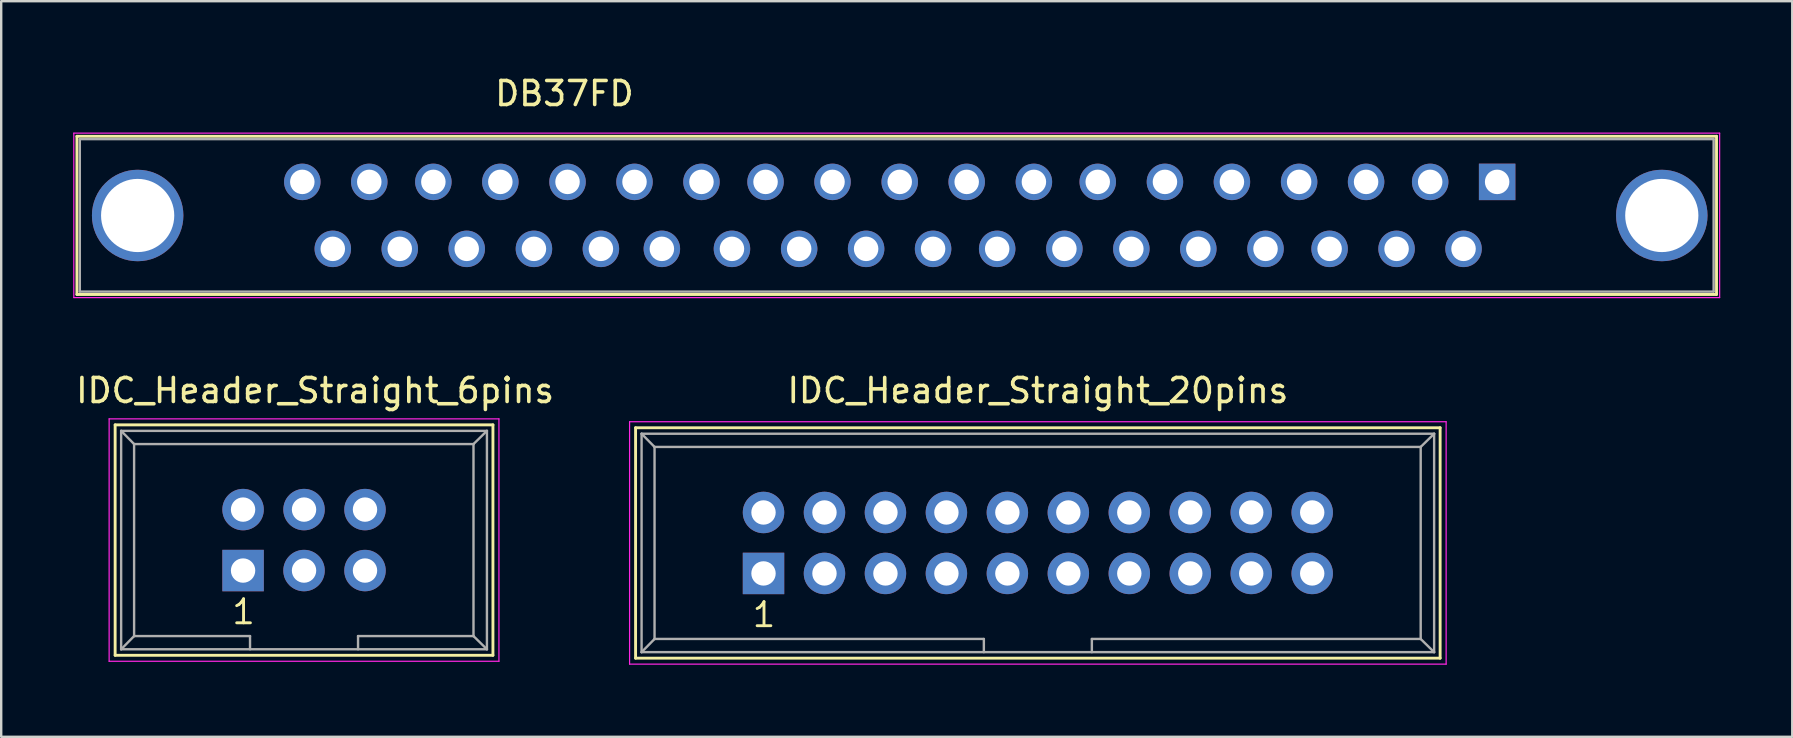
<source format=kicad_pcb>
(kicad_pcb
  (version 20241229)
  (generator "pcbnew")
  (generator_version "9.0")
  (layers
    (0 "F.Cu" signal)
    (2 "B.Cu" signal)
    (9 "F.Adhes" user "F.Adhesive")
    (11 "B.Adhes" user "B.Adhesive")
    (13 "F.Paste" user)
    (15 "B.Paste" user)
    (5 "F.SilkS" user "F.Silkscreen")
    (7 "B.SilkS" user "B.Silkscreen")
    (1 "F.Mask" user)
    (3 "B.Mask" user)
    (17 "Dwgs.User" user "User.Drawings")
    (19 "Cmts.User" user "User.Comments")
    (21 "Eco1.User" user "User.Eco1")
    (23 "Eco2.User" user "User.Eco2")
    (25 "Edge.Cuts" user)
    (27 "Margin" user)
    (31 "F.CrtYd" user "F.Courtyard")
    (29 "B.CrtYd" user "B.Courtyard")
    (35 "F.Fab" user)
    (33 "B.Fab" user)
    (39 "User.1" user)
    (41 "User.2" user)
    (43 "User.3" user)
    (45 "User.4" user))
  (footprint "IDC_Header_Straight_20pins"
    (layer "F.Cu")
    (at 28.76 20.841)
    (property "Reference" "IDC_Header_Straight_20pins" (at 11.43 -7.62 0) (layer "F.SilkS") (effects (font (size 1 1) (thickness 0.15))))
    (attr through_hole)
    (fp_line (start -5.33 -6.07) (end 28.19 -6.07) (stroke (width 0.12) (type solid)) (layer "F.SilkS"))
    (fp_line (start -5.33 3.53) (end -5.33 -6.07) (stroke (width 0.12) (type solid)) (layer "F.SilkS"))
    (fp_line (start 28.19 -6.07) (end 28.19 3.53) (stroke (width 0.12) (type solid)) (layer "F.SilkS"))
    (fp_line (start 28.19 3.53) (end -5.33 3.53) (stroke (width 0.12) (type solid)) (layer "F.SilkS"))
    (fp_line (start -5.58 -6.32) (end 28.44 -6.32) (stroke (width 0.05) (type solid)) (layer "F.CrtYd"))
    (fp_line (start -5.58 3.78) (end -5.58 -6.32) (stroke (width 0.05) (type solid)) (layer "F.CrtYd"))
    (fp_line (start 28.44 -6.32) (end 28.44 3.78) (stroke (width 0.05) (type solid)) (layer "F.CrtYd"))
    (fp_line (start 28.44 3.78) (end -5.58 3.78) (stroke (width 0.05) (type solid)) (layer "F.CrtYd"))
    (fp_line (start -5.08 -5.82) (end -5.08 3.28) (stroke (width 0.1) (type solid)) (layer "F.Fab"))
    (fp_line (start -5.08 -5.82) (end -4.54 -5.27) (stroke (width 0.1) (type solid)) (layer "F.Fab"))
    (fp_line (start -5.08 -5.82) (end 27.94 -5.82) (stroke (width 0.1) (type solid)) (layer "F.Fab"))
    (fp_line (start -5.08 3.28) (end -4.54 2.73) (stroke (width 0.1) (type solid)) (layer "F.Fab"))
    (fp_line (start -5.08 3.28) (end 27.94 3.28) (stroke (width 0.1) (type solid)) (layer "F.Fab"))
    (fp_line (start -4.54 -5.27) (end -4.54 2.73) (stroke (width 0.1) (type solid)) (layer "F.Fab"))
    (fp_line (start -4.54 -5.27) (end 27.38 -5.27) (stroke (width 0.1) (type solid)) (layer "F.Fab"))
    (fp_line (start -4.54 2.73) (end 9.18 2.73) (stroke (width 0.1) (type solid)) (layer "F.Fab"))
    (fp_line (start 9.18 2.73) (end 9.18 3.28) (stroke (width 0.1) (type solid)) (layer "F.Fab"))
    (fp_line (start 13.68 2.73) (end 13.68 3.28) (stroke (width 0.1) (type solid)) (layer "F.Fab"))
    (fp_line (start 13.68 2.73) (end 27.38 2.73) (stroke (width 0.1) (type solid)) (layer "F.Fab"))
    (fp_line (start 27.38 -5.27) (end 27.38 2.73) (stroke (width 0.1) (type solid)) (layer "F.Fab"))
    (fp_line (start 27.94 -5.82) (end 27.38 -5.27) (stroke (width 0.1) (type solid)) (layer "F.Fab"))
    (fp_line (start 27.94 -5.82) (end 27.94 3.28) (stroke (width 0.1) (type solid)) (layer "F.Fab"))
    (fp_line (start 27.94 3.28) (end 27.38 2.73) (stroke (width 0.1) (type solid)) (layer "F.Fab"))
    (fp_text user "1" (at 0.02 1.72 0) (layer "F.SilkS") (effects (font (size 1 1) (thickness 0.12))))
    (pad "1" thru_hole rect (at 0 0) (size 1.727 1.727) (drill 1.016) (layers "*.Cu" "*.Mask"))
    (pad "2" thru_hole oval (at 0 -2.54) (size 1.727 1.727) (drill 1.016) (layers "*.Cu" "*.Mask"))
    (pad "3" thru_hole oval (at 2.54 0) (size 1.727 1.727) (drill 1.016) (layers "*.Cu" "*.Mask"))
    (pad "4" thru_hole oval (at 2.54 -2.54) (size 1.727 1.727) (drill 1.016) (layers "*.Cu" "*.Mask"))
    (pad "5" thru_hole oval (at 5.08 0) (size 1.727 1.727) (drill 1.016) (layers "*.Cu" "*.Mask"))
    (pad "6" thru_hole oval (at 5.08 -2.54) (size 1.727 1.727) (drill 1.016) (layers "*.Cu" "*.Mask"))
    (pad "7" thru_hole oval (at 7.62 0) (size 1.727 1.727) (drill 1.016) (layers "*.Cu" "*.Mask"))
    (pad "8" thru_hole oval (at 7.62 -2.54) (size 1.727 1.727) (drill 1.016) (layers "*.Cu" "*.Mask"))
    (pad "9" thru_hole oval (at 10.16 0) (size 1.727 1.727) (drill 1.016) (layers "*.Cu" "*.Mask"))
    (pad "10" thru_hole oval (at 10.16 -2.54) (size 1.727 1.727) (drill 1.016) (layers "*.Cu" "*.Mask"))
    (pad "11" thru_hole oval (at 12.7 0) (size 1.727 1.727) (drill 1.016) (layers "*.Cu" "*.Mask"))
    (pad "12" thru_hole oval (at 12.7 -2.54) (size 1.727 1.727) (drill 1.016) (layers "*.Cu" "*.Mask"))
    (pad "13" thru_hole oval (at 15.24 0) (size 1.727 1.727) (drill 1.016) (layers "*.Cu" "*.Mask"))
    (pad "14" thru_hole oval (at 15.24 -2.54) (size 1.727 1.727) (drill 1.016) (layers "*.Cu" "*.Mask"))
    (pad "15" thru_hole oval (at 17.78 0) (size 1.727 1.727) (drill 1.016) (layers "*.Cu" "*.Mask"))
    (pad "16" thru_hole oval (at 17.78 -2.54) (size 1.727 1.727) (drill 1.016) (layers "*.Cu" "*.Mask"))
    (pad "17" thru_hole oval (at 20.32 0) (size 1.727 1.727) (drill 1.016) (layers "*.Cu" "*.Mask"))
    (pad "18" thru_hole oval (at 20.32 -2.54) (size 1.727 1.727) (drill 1.016) (layers "*.Cu" "*.Mask"))
    (pad "19" thru_hole oval (at 22.86 0) (size 1.727 1.727) (drill 1.016) (layers "*.Cu" "*.Mask"))
    (pad "20" thru_hole oval (at 22.86 -2.54) (size 1.727 1.727) (drill 1.016) (layers "*.Cu" "*.Mask")))
  (footprint "IDC_Header_Straight_6pins"
    (layer "F.Cu")
    (at 7.077 20.721)
    (property "Reference" "IDC_Header_Straight_6pins" (at 3 -7.5 0) (layer "F.SilkS") (effects (font (size 1 1) (thickness 0.15))))
    (attr through_hole)
    (fp_line (start -5.33 -6.07) (end 10.41 -6.07) (stroke (width 0.12) (type solid)) (layer "F.SilkS"))
    (fp_line (start -5.33 3.53) (end -5.33 -6.07) (stroke (width 0.12) (type solid)) (layer "F.SilkS"))
    (fp_line (start 10.41 -6.07) (end 10.41 3.53) (stroke (width 0.12) (type solid)) (layer "F.SilkS"))
    (fp_line (start 10.41 3.53) (end -5.33 3.53) (stroke (width 0.12) (type solid)) (layer "F.SilkS"))
    (fp_line (start -5.58 -6.32) (end 10.66 -6.32) (stroke (width 0.05) (type solid)) (layer "F.CrtYd"))
    (fp_line (start -5.58 3.78) (end -5.58 -6.32) (stroke (width 0.05) (type solid)) (layer "F.CrtYd"))
    (fp_line (start 10.66 -6.32) (end 10.66 3.78) (stroke (width 0.05) (type solid)) (layer "F.CrtYd"))
    (fp_line (start 10.66 3.78) (end -5.58 3.78) (stroke (width 0.05) (type solid)) (layer "F.CrtYd"))
    (fp_line (start -5.08 -5.82) (end -5.08 3.28) (stroke (width 0.1) (type solid)) (layer "F.Fab"))
    (fp_line (start -5.08 -5.82) (end -4.54 -5.27) (stroke (width 0.1) (type solid)) (layer "F.Fab"))
    (fp_line (start -5.08 -5.82) (end 10.16 -5.82) (stroke (width 0.1) (type solid)) (layer "F.Fab"))
    (fp_line (start -5.08 3.28) (end -4.54 2.73) (stroke (width 0.1) (type solid)) (layer "F.Fab"))
    (fp_line (start -5.08 3.28) (end 10.16 3.28) (stroke (width 0.1) (type solid)) (layer "F.Fab"))
    (fp_line (start -4.54 -5.27) (end -4.54 2.73) (stroke (width 0.1) (type solid)) (layer "F.Fab"))
    (fp_line (start -4.54 -5.27) (end 9.6 -5.27) (stroke (width 0.1) (type solid)) (layer "F.Fab"))
    (fp_line (start -4.54 2.73) (end 0.29 2.73) (stroke (width 0.1) (type solid)) (layer "F.Fab"))
    (fp_line (start 0.29 2.73) (end 0.29 3.28) (stroke (width 0.1) (type solid)) (layer "F.Fab"))
    (fp_line (start 4.79 2.73) (end 4.79 3.28) (stroke (width 0.1) (type solid)) (layer "F.Fab"))
    (fp_line (start 4.79 2.73) (end 9.6 2.73) (stroke (width 0.1) (type solid)) (layer "F.Fab"))
    (fp_line (start 9.6 -5.27) (end 9.6 2.73) (stroke (width 0.1) (type solid)) (layer "F.Fab"))
    (fp_line (start 10.16 -5.82) (end 9.6 -5.27) (stroke (width 0.1) (type solid)) (layer "F.Fab"))
    (fp_line (start 10.16 -5.82) (end 10.16 3.28) (stroke (width 0.1) (type solid)) (layer "F.Fab"))
    (fp_line (start 10.16 3.28) (end 9.6 2.73) (stroke (width 0.1) (type solid)) (layer "F.Fab"))
    (fp_text user "1" (at 0.02 1.72 0) (layer "F.SilkS") (effects (font (size 1 1) (thickness 0.12))))
    (pad "1" thru_hole rect (at 0 0) (size 1.727 1.727) (drill 1.016) (layers "*.Cu" "*.Mask"))
    (pad "2" thru_hole oval (at 0 -2.54) (size 1.727 1.727) (drill 1.016) (layers "*.Cu" "*.Mask"))
    (pad "3" thru_hole oval (at 2.54 0) (size 1.727 1.727) (drill 1.016) (layers "*.Cu" "*.Mask"))
    (pad "4" thru_hole oval (at 2.54 -2.54) (size 1.727 1.727) (drill 1.016) (layers "*.Cu" "*.Mask"))
    (pad "5" thru_hole oval (at 5.08 0) (size 1.727 1.727) (drill 1.016) (layers "*.Cu" "*.Mask"))
    (pad "6" thru_hole oval (at 5.08 -2.54) (size 1.727 1.727) (drill 1.016) (layers "*.Cu" "*.Mask")))
  (footprint "DB37FD"
    (layer "F.Cu")
    (at 59.325 4.528)
    (property "Reference" "DB37FD" (at -38.86 -3.68 0) (layer "F.SilkS") (effects (font (size 1 1) (thickness 0.15))))
    (attr through_hole)
    (fp_line (start -59.17 -1.9) (end -59.17 4.69) (stroke (width 0.12) (type solid)) (layer "F.SilkS"))
    (fp_line (start -59.17 -1.9) (end 9.14 -1.9) (stroke (width 0.12) (type solid)) (layer "F.SilkS"))
    (fp_line (start 9.14 4.69) (end -59.17 4.69) (stroke (width 0.12) (type solid)) (layer "F.SilkS"))
    (fp_line (start 9.14 4.69) (end 9.14 -1.9) (stroke (width 0.12) (type solid)) (layer "F.SilkS"))
    (fp_line (start -59.3 -2.03) (end -59.3 4.82) (stroke (width 0.05) (type solid)) (layer "F.CrtYd"))
    (fp_line (start -59.3 -2.03) (end 9.27 -2.03) (stroke (width 0.05) (type solid)) (layer "F.CrtYd"))
    (fp_line (start 9.27 4.82) (end -59.3 4.82) (stroke (width 0.05) (type solid)) (layer "F.CrtYd"))
    (fp_line (start 9.27 4.82) (end 9.27 -2.03) (stroke (width 0.05) (type solid)) (layer "F.CrtYd"))
    (fp_line (start -59.05 -1.78) (end -59.05 4.57) (stroke (width 0.1) (type solid)) (layer "F.Fab"))
    (fp_line (start -59.05 4.57) (end 9.02 4.57) (stroke (width 0.1) (type solid)) (layer "F.Fab"))
    (fp_line (start 9.02 -1.78) (end -59.05 -1.78) (stroke (width 0.1) (type solid)) (layer "F.Fab"))
    (fp_line (start 9.02 4.57) (end 9.02 -1.78) (stroke (width 0.1) (type solid)) (layer "F.Fab"))
    (pad "" thru_hole circle (at -56.64 1.4) (size 3.81 3.81) (drill 3.05) (layers "*.Cu" "*.Mask"))
    (pad "" thru_hole circle (at 6.86 1.4) (size 3.81 3.81) (drill 3.05) (layers "*.Cu" "*.Mask"))
    (pad "1" thru_hole rect (at 0 0) (size 1.52 1.52) (drill 1.02) (layers "*.Cu" "*.Mask"))
    (pad "2" thru_hole circle (at -2.79 0) (size 1.52 1.52) (drill 1.02) (layers "*.Cu" "*.Mask"))
    (pad "3" thru_hole circle (at -5.46 0) (size 1.52 1.52) (drill 1.02) (layers "*.Cu" "*.Mask"))
    (pad "4" thru_hole circle (at -8.25 0) (size 1.52 1.52) (drill 1.02) (layers "*.Cu" "*.Mask"))
    (pad "5" thru_hole circle (at -11.05 0) (size 1.52 1.52) (drill 1.02) (layers "*.Cu" "*.Mask"))
    (pad "6" thru_hole circle (at -13.84 0) (size 1.52 1.52) (drill 1.02) (layers "*.Cu" "*.Mask"))
    (pad "7" thru_hole circle (at -16.64 0) (size 1.52 1.52) (drill 1.02) (layers "*.Cu" "*.Mask"))
    (pad "8" thru_hole circle (at -19.3 0) (size 1.52 1.52) (drill 1.02) (layers "*.Cu" "*.Mask"))
    (pad "9" thru_hole circle (at -22.1 0) (size 1.52 1.52) (drill 1.02) (layers "*.Cu" "*.Mask"))
    (pad "10" thru_hole circle (at -24.89 0) (size 1.52 1.52) (drill 1.02) (layers "*.Cu" "*.Mask"))
    (pad "11" thru_hole circle (at -27.69 0) (size 1.52 1.52) (drill 1.02) (layers "*.Cu" "*.Mask"))
    (pad "12" thru_hole circle (at -30.48 0) (size 1.52 1.52) (drill 1.02) (layers "*.Cu" "*.Mask"))
    (pad "13" thru_hole circle (at -33.15 0) (size 1.52 1.52) (drill 1.02) (layers "*.Cu" "*.Mask"))
    (pad "14" thru_hole circle (at -35.94 0) (size 1.52 1.52) (drill 1.02) (layers "*.Cu" "*.Mask"))
    (pad "15" thru_hole circle (at -38.73 0) (size 1.52 1.52) (drill 1.02) (layers "*.Cu" "*.Mask"))
    (pad "16" thru_hole circle (at -41.53 0) (size 1.52 1.52) (drill 1.02) (layers "*.Cu" "*.Mask"))
    (pad "17" thru_hole circle (at -44.32 0) (size 1.52 1.52) (drill 1.02) (layers "*.Cu" "*.Mask"))
    (pad "18" thru_hole circle (at -46.99 0) (size 1.52 1.52) (drill 1.02) (layers "*.Cu" "*.Mask"))
    (pad "19" thru_hole circle (at -49.78 0) (size 1.52 1.52) (drill 1.02) (layers "*.Cu" "*.Mask"))
    (pad "20" thru_hole circle (at -1.4 2.79) (size 1.52 1.52) (drill 1.02) (layers "*.Cu" "*.Mask"))
    (pad "21" thru_hole circle (at -4.19 2.79) (size 1.52 1.52) (drill 1.02) (layers "*.Cu" "*.Mask"))
    (pad "22" thru_hole circle (at -6.98 2.79) (size 1.52 1.52) (drill 1.02) (layers "*.Cu" "*.Mask"))
    (pad "23" thru_hole circle (at -9.65 2.79) (size 1.52 1.52) (drill 1.02) (layers "*.Cu" "*.Mask"))
    (pad "24" thru_hole circle (at -12.45 2.79) (size 1.52 1.52) (drill 1.02) (layers "*.Cu" "*.Mask"))
    (pad "25" thru_hole circle (at -15.24 2.79) (size 1.52 1.52) (drill 1.02) (layers "*.Cu" "*.Mask"))
    (pad "26" thru_hole circle (at -18.03 2.79) (size 1.52 1.52) (drill 1.02) (layers "*.Cu" "*.Mask"))
    (pad "27" thru_hole circle (at -20.83 2.79) (size 1.52 1.52) (drill 1.02) (layers "*.Cu" "*.Mask"))
    (pad "28" thru_hole circle (at -23.5 2.79) (size 1.52 1.52) (drill 1.02) (layers "*.Cu" "*.Mask"))
    (pad "29" thru_hole circle (at -26.29 2.79) (size 1.52 1.52) (drill 1.02) (layers "*.Cu" "*.Mask"))
    (pad "30" thru_hole circle (at -29.08 2.79) (size 1.52 1.52) (drill 1.02) (layers "*.Cu" "*.Mask"))
    (pad "31" thru_hole circle (at -31.88 2.79) (size 1.52 1.52) (drill 1.02) (layers "*.Cu" "*.Mask"))
    (pad "32" thru_hole circle (at -34.8 2.79) (size 1.52 1.52) (drill 1.02) (layers "*.Cu" "*.Mask"))
    (pad "33" thru_hole circle (at -37.34 2.79) (size 1.52 1.52) (drill 1.02) (layers "*.Cu" "*.Mask"))
    (pad "34" thru_hole circle (at -40.13 2.79) (size 1.52 1.52) (drill 1.02) (layers "*.Cu" "*.Mask"))
    (pad "35" thru_hole circle (at -42.93 2.79) (size 1.52 1.52) (drill 1.02) (layers "*.Cu" "*.Mask"))
    (pad "36" thru_hole circle (at -45.72 2.79) (size 1.52 1.52) (drill 1.02) (layers "*.Cu" "*.Mask"))
    (pad "37" thru_hole circle (at -48.51 2.79) (size 1.52 1.52) (drill 1.02) (layers "*.Cu" "*.Mask")))
  (gr_rect
    (start -3 -3)
    (end 71.62 27.646)
    (stroke (width 0.1) (type default))
    (fill no)
    (layer "Edge.Cuts")))
</source>
